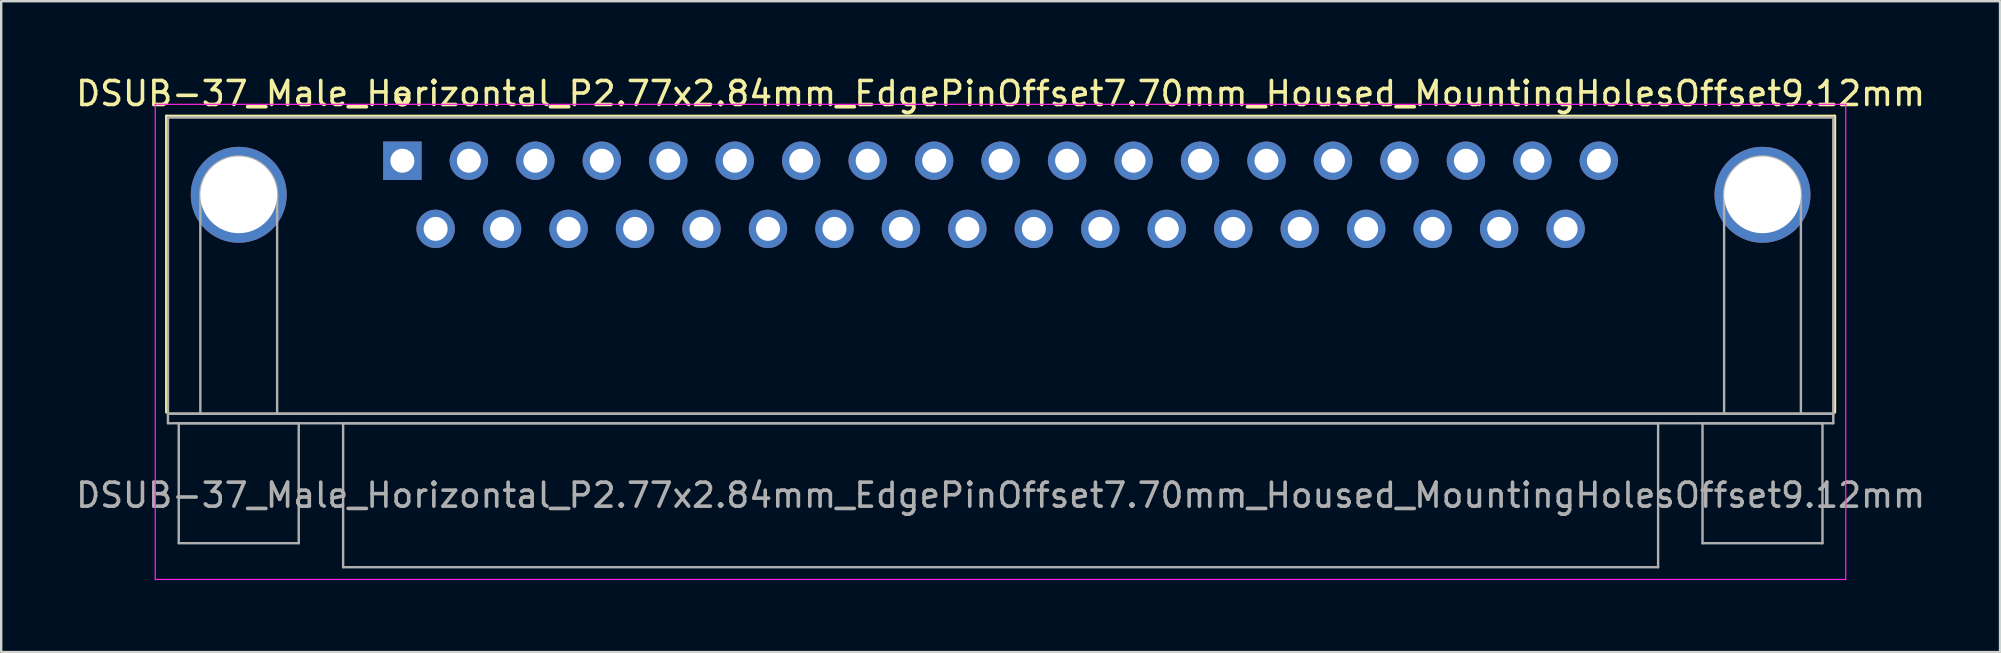
<source format=kicad_pcb>
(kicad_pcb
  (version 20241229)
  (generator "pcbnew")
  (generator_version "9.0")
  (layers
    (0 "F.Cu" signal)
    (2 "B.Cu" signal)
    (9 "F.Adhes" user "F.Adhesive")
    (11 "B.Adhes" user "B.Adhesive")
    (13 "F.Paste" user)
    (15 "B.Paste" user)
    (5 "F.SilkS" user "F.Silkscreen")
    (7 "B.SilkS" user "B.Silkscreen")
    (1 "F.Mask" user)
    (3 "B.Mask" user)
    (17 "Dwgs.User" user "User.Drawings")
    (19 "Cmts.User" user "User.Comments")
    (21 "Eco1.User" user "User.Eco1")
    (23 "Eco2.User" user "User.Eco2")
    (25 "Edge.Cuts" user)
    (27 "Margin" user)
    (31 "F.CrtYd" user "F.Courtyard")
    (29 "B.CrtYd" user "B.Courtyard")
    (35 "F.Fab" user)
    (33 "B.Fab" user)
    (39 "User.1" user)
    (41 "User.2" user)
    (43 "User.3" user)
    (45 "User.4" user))
  (footprint "DSUB-37_Male_Horizontal_P2.77x2.84mm_EdgePinOffset7.70mm_Housed_MountingHolesOffset9.12mm"
    (layer "F.Cu")
    (at 13.719 3.648)
    (property "Reference" "DSUB-37_Male_Horizontal_P2.77x2.84mm_EdgePinOffset7.70mm_Housed_MountingHolesOffset9.12mm" (at 24.93 -2.8 0) (layer "F.SilkS") (effects (font (size 1 1) (thickness 0.15))))
    (attr through_hole)
    (fp_line (start -9.83 -1.86) (end 59.69 -1.86) (stroke (width 0.12) (type solid)) (layer "F.SilkS"))
    (fp_line (start -9.83 10.48) (end -9.83 -1.86) (stroke (width 0.12) (type solid)) (layer "F.SilkS"))
    (fp_line (start -0.25 -2.754) (end 0.25 -2.754) (stroke (width 0.12) (type solid)) (layer "F.SilkS"))
    (fp_line (start 0 -2.321) (end -0.25 -2.754) (stroke (width 0.12) (type solid)) (layer "F.SilkS"))
    (fp_line (start 0.25 -2.754) (end 0 -2.321) (stroke (width 0.12) (type solid)) (layer "F.SilkS"))
    (fp_line (start 59.69 -1.86) (end 59.69 10.48) (stroke (width 0.12) (type solid)) (layer "F.SilkS"))
    (fp_line (start -10.3 -2.35) (end -10.3 17.45) (stroke (width 0.05) (type solid)) (layer "F.CrtYd"))
    (fp_line (start -10.3 17.45) (end 60.15 17.45) (stroke (width 0.05) (type solid)) (layer "F.CrtYd"))
    (fp_line (start 60.15 -2.35) (end -10.3 -2.35) (stroke (width 0.05) (type solid)) (layer "F.CrtYd"))
    (fp_line (start 60.15 17.45) (end 60.15 -2.35) (stroke (width 0.05) (type solid)) (layer "F.CrtYd"))
    (fp_line (start -9.77 -1.8) (end -9.77 10.54) (stroke (width 0.1) (type solid)) (layer "F.Fab"))
    (fp_line (start -9.77 10.54) (end -9.77 10.94) (stroke (width 0.1) (type solid)) (layer "F.Fab"))
    (fp_line (start -9.77 10.54) (end 59.63 10.54) (stroke (width 0.1) (type solid)) (layer "F.Fab"))
    (fp_line (start -9.77 10.94) (end 59.63 10.94) (stroke (width 0.1) (type solid)) (layer "F.Fab"))
    (fp_line (start -9.32 10.94) (end -9.32 15.94) (stroke (width 0.1) (type solid)) (layer "F.Fab"))
    (fp_line (start -9.32 15.94) (end -4.32 15.94) (stroke (width 0.1) (type solid)) (layer "F.Fab"))
    (fp_line (start -8.42 10.54) (end -8.42 1.42) (stroke (width 0.1) (type solid)) (layer "F.Fab"))
    (fp_line (start -5.22 10.54) (end -5.22 1.42) (stroke (width 0.1) (type solid)) (layer "F.Fab"))
    (fp_line (start -4.32 10.94) (end -9.32 10.94) (stroke (width 0.1) (type solid)) (layer "F.Fab"))
    (fp_line (start -4.32 15.94) (end -4.32 10.94) (stroke (width 0.1) (type solid)) (layer "F.Fab"))
    (fp_line (start -2.47 10.94) (end -2.47 16.94) (stroke (width 0.1) (type solid)) (layer "F.Fab"))
    (fp_line (start -2.47 16.94) (end 52.33 16.94) (stroke (width 0.1) (type solid)) (layer "F.Fab"))
    (fp_line (start 52.33 10.94) (end -2.47 10.94) (stroke (width 0.1) (type solid)) (layer "F.Fab"))
    (fp_line (start 52.33 16.94) (end 52.33 10.94) (stroke (width 0.1) (type solid)) (layer "F.Fab"))
    (fp_line (start 54.18 10.94) (end 54.18 15.94) (stroke (width 0.1) (type solid)) (layer "F.Fab"))
    (fp_line (start 54.18 15.94) (end 59.18 15.94) (stroke (width 0.1) (type solid)) (layer "F.Fab"))
    (fp_line (start 55.08 10.54) (end 55.08 1.42) (stroke (width 0.1) (type solid)) (layer "F.Fab"))
    (fp_line (start 58.28 10.54) (end 58.28 1.42) (stroke (width 0.1) (type solid)) (layer "F.Fab"))
    (fp_line (start 59.18 10.94) (end 54.18 10.94) (stroke (width 0.1) (type solid)) (layer "F.Fab"))
    (fp_line (start 59.18 15.94) (end 59.18 10.94) (stroke (width 0.1) (type solid)) (layer "F.Fab"))
    (fp_line (start 59.63 -1.8) (end -9.77 -1.8) (stroke (width 0.1) (type solid)) (layer "F.Fab"))
    (fp_line (start 59.63 10.54) (end -9.77 10.54) (stroke (width 0.1) (type solid)) (layer "F.Fab"))
    (fp_line (start 59.63 10.54) (end 59.63 -1.8) (stroke (width 0.1) (type solid)) (layer "F.Fab"))
    (fp_line (start 59.63 10.94) (end 59.63 10.54) (stroke (width 0.1) (type solid)) (layer "F.Fab"))
    (fp_arc (start -8.42 1.42) (mid -6.82 -0.18) (end -5.22 1.42) (stroke (width 0.1) (type solid)) (layer "F.Fab"))
    (fp_arc (start 55.08 1.42) (mid 56.68 -0.18) (end 58.28 1.42) (stroke (width 0.1) (type solid)) (layer "F.Fab"))
    (fp_text user "${REFERENCE}" (at 24.93 13.94 0) (layer "F.Fab") (effects (font (size 1 1) (thickness 0.15))))
    (pad "0" thru_hole circle (at -6.82 1.42) (size 4 4) (drill 3.2) (layers "*.Cu" "*.Mask"))
    (pad "0" thru_hole circle (at 56.68 1.42) (size 4 4) (drill 3.2) (layers "*.Cu" "*.Mask"))
    (pad "1" thru_hole rect (at 0 0) (size 1.6 1.6) (drill 1) (layers "*.Cu" "*.Mask"))
    (pad "2" thru_hole circle (at 2.77 0) (size 1.6 1.6) (drill 1) (layers "*.Cu" "*.Mask"))
    (pad "3" thru_hole circle (at 5.54 0) (size 1.6 1.6) (drill 1) (layers "*.Cu" "*.Mask"))
    (pad "4" thru_hole circle (at 8.31 0) (size 1.6 1.6) (drill 1) (layers "*.Cu" "*.Mask"))
    (pad "5" thru_hole circle (at 11.08 0) (size 1.6 1.6) (drill 1) (layers "*.Cu" "*.Mask"))
    (pad "6" thru_hole circle (at 13.85 0) (size 1.6 1.6) (drill 1) (layers "*.Cu" "*.Mask"))
    (pad "7" thru_hole circle (at 16.62 0) (size 1.6 1.6) (drill 1) (layers "*.Cu" "*.Mask"))
    (pad "8" thru_hole circle (at 19.39 0) (size 1.6 1.6) (drill 1) (layers "*.Cu" "*.Mask"))
    (pad "9" thru_hole circle (at 22.16 0) (size 1.6 1.6) (drill 1) (layers "*.Cu" "*.Mask"))
    (pad "10" thru_hole circle (at 24.93 0) (size 1.6 1.6) (drill 1) (layers "*.Cu" "*.Mask"))
    (pad "11" thru_hole circle (at 27.7 0) (size 1.6 1.6) (drill 1) (layers "*.Cu" "*.Mask"))
    (pad "12" thru_hole circle (at 30.47 0) (size 1.6 1.6) (drill 1) (layers "*.Cu" "*.Mask"))
    (pad "13" thru_hole circle (at 33.24 0) (size 1.6 1.6) (drill 1) (layers "*.Cu" "*.Mask"))
    (pad "14" thru_hole circle (at 36.01 0) (size 1.6 1.6) (drill 1) (layers "*.Cu" "*.Mask"))
    (pad "15" thru_hole circle (at 38.78 0) (size 1.6 1.6) (drill 1) (layers "*.Cu" "*.Mask"))
    (pad "16" thru_hole circle (at 41.55 0) (size 1.6 1.6) (drill 1) (layers "*.Cu" "*.Mask"))
    (pad "17" thru_hole circle (at 44.32 0) (size 1.6 1.6) (drill 1) (layers "*.Cu" "*.Mask"))
    (pad "18" thru_hole circle (at 47.09 0) (size 1.6 1.6) (drill 1) (layers "*.Cu" "*.Mask"))
    (pad "19" thru_hole circle (at 49.86 0) (size 1.6 1.6) (drill 1) (layers "*.Cu" "*.Mask"))
    (pad "20" thru_hole circle (at 1.385 2.84) (size 1.6 1.6) (drill 1) (layers "*.Cu" "*.Mask"))
    (pad "21" thru_hole circle (at 4.155 2.84) (size 1.6 1.6) (drill 1) (layers "*.Cu" "*.Mask"))
    (pad "22" thru_hole circle (at 6.925 2.84) (size 1.6 1.6) (drill 1) (layers "*.Cu" "*.Mask"))
    (pad "23" thru_hole circle (at 9.695 2.84) (size 1.6 1.6) (drill 1) (layers "*.Cu" "*.Mask"))
    (pad "24" thru_hole circle (at 12.465 2.84) (size 1.6 1.6) (drill 1) (layers "*.Cu" "*.Mask"))
    (pad "25" thru_hole circle (at 15.235 2.84) (size 1.6 1.6) (drill 1) (layers "*.Cu" "*.Mask"))
    (pad "26" thru_hole circle (at 18.005 2.84) (size 1.6 1.6) (drill 1) (layers "*.Cu" "*.Mask"))
    (pad "27" thru_hole circle (at 20.775 2.84) (size 1.6 1.6) (drill 1) (layers "*.Cu" "*.Mask"))
    (pad "28" thru_hole circle (at 23.545 2.84) (size 1.6 1.6) (drill 1) (layers "*.Cu" "*.Mask"))
    (pad "29" thru_hole circle (at 26.315 2.84) (size 1.6 1.6) (drill 1) (layers "*.Cu" "*.Mask"))
    (pad "30" thru_hole circle (at 29.085 2.84) (size 1.6 1.6) (drill 1) (layers "*.Cu" "*.Mask"))
    (pad "31" thru_hole circle (at 31.855 2.84) (size 1.6 1.6) (drill 1) (layers "*.Cu" "*.Mask"))
    (pad "32" thru_hole circle (at 34.625 2.84) (size 1.6 1.6) (drill 1) (layers "*.Cu" "*.Mask"))
    (pad "33" thru_hole circle (at 37.395 2.84) (size 1.6 1.6) (drill 1) (layers "*.Cu" "*.Mask"))
    (pad "34" thru_hole circle (at 40.165 2.84) (size 1.6 1.6) (drill 1) (layers "*.Cu" "*.Mask"))
    (pad "35" thru_hole circle (at 42.935 2.84) (size 1.6 1.6) (drill 1) (layers "*.Cu" "*.Mask"))
    (pad "36" thru_hole circle (at 45.705 2.84) (size 1.6 1.6) (drill 1) (layers "*.Cu" "*.Mask"))
    (pad "37" thru_hole circle (at 48.475 2.84) (size 1.6 1.6) (drill 1) (layers "*.Cu" "*.Mask")))
  (gr_rect
    (start -3 -3)
    (end 80.298 24.123)
    (stroke (width 0.1) (type default))
    (fill no)
    (layer "Edge.Cuts")))
</source>
